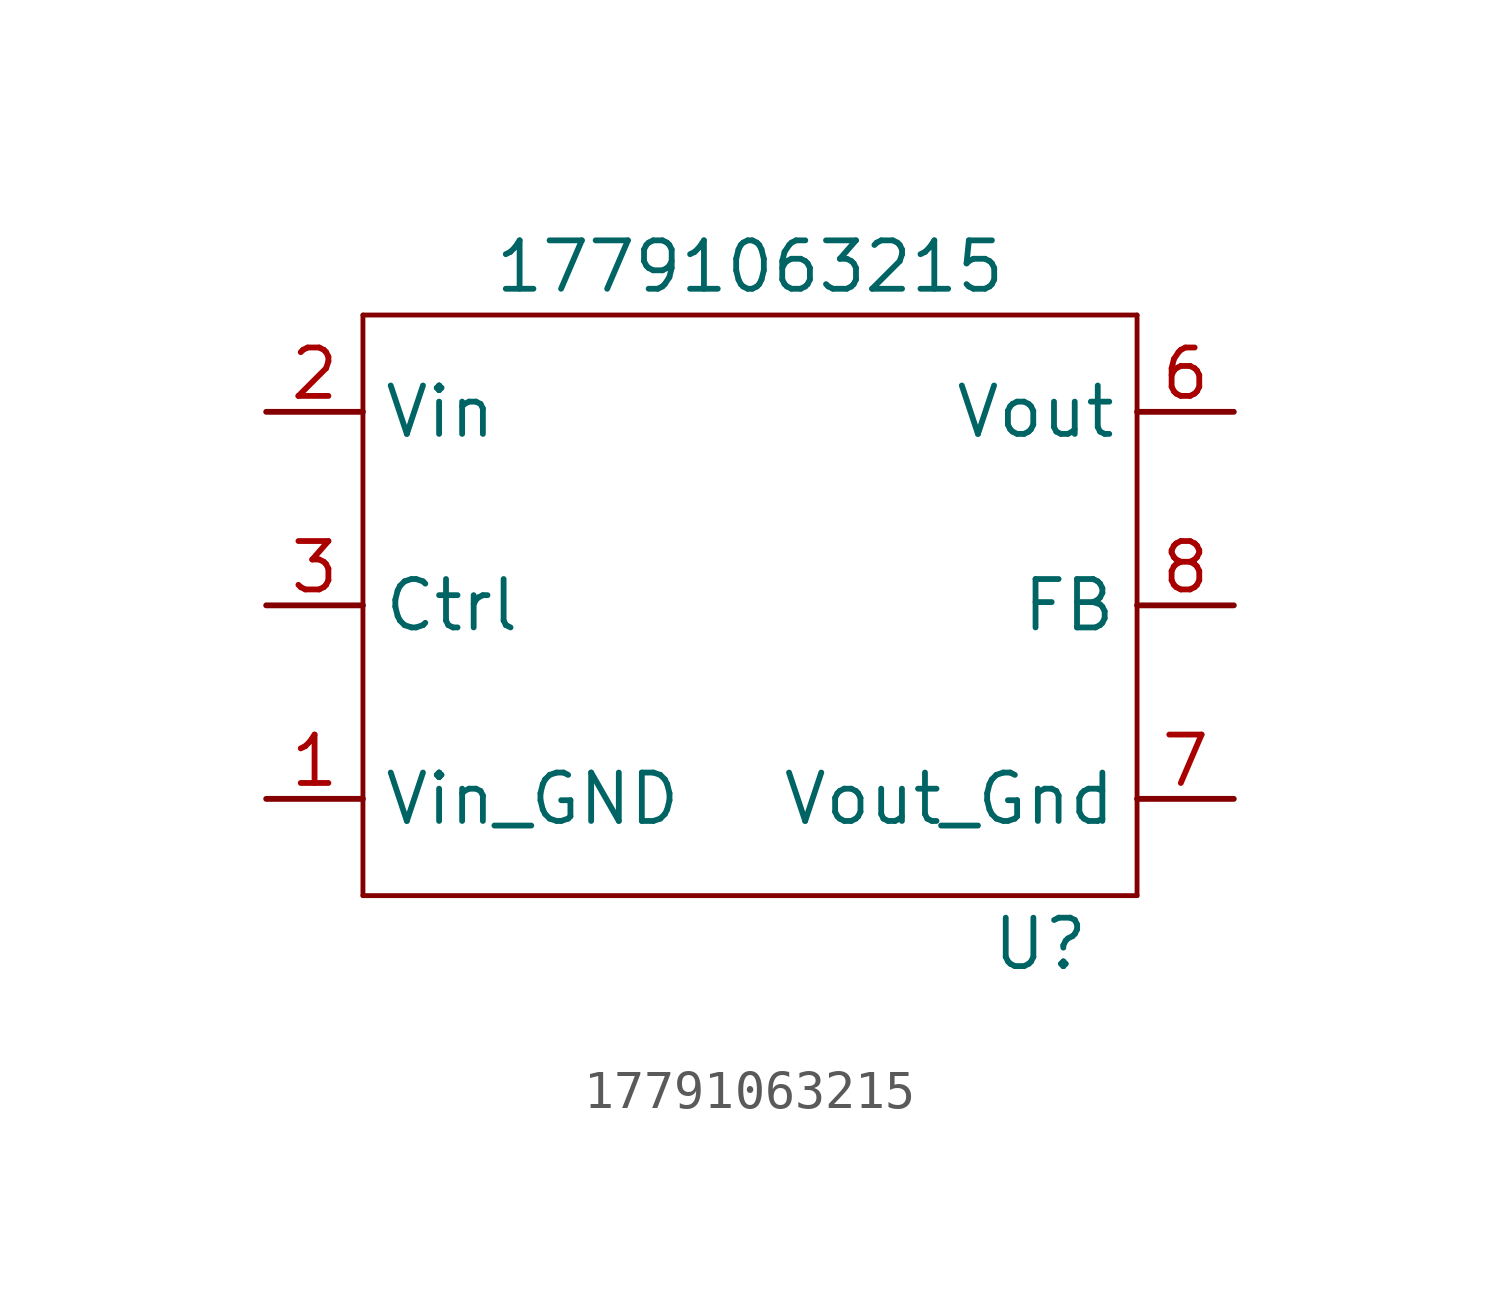
<source format=kicad_sym>
(kicad_symbol_lib
  (version 20220914)
  (generator kicad_symbol_editor)
  (symbol "17791063215"
    (property "Reference" "U"
      (at 7.62 -8.89 0)
      (effects (font (size 1.27 1.27))))
    (property "Value" "17791063215"
      (at 0 8.89 0)
      (effects (font (size 1.27 1.27))))
    (symbol "17791063215_0_1"
      (polyline (pts (xy -10.16 -7.62) (xy 10.16 -7.62)) (stroke (width 0.127) (type default)) (fill (type none)))
      (polyline (pts (xy -10.16 7.62) (xy -10.16 -7.62)) (stroke (width 0.127) (type default)) (fill (type none)))
      (polyline (pts (xy 10.16 -7.62) (xy 10.16 7.62)) (stroke (width 0.127) (type default)) (fill (type none)))
      (polyline (pts (xy 10.16 7.62) (xy -10.16 7.62)) (stroke (width 0.127) (type default)) (fill (type none))))
    (symbol "17791063215_1_1"
      (pin power_in line (at -12.7 -5.08 0) (length 2.54) (name "Vin_GND" (effects (font (size 1.27 1.27)))) (number "1" (effects (font (size 1.27 1.27)))))
      (pin power_in line (at -12.7 5.08 0) (length 2.54) (name "Vin" (effects (font (size 1.27 1.27)))) (number "2" (effects (font (size 1.27 1.27)))))
      (pin input line (at -12.7 0 0) (length 2.54) (name "Ctrl" (effects (font (size 1.27 1.27)))) (number "3" (effects (font (size 1.27 1.27)))))
      (pin power_out line (at 12.7 5.08 180) (length 2.54) (name "Vout" (effects (font (size 1.27 1.27)))) (number "6" (effects (font (size 1.27 1.27)))))
      (pin power_out line (at 12.7 -5.08 180) (length 2.54) (name "Vout_Gnd" (effects (font (size 1.27 1.27)))) (number "7" (effects (font (size 1.27 1.27)))))
      (pin bidirectional line (at 12.7 0 180) (length 2.54) (name "FB" (effects (font (size 1.27 1.27)))) (number "8" (effects (font (size 1.27 1.27))))))))
</source>
